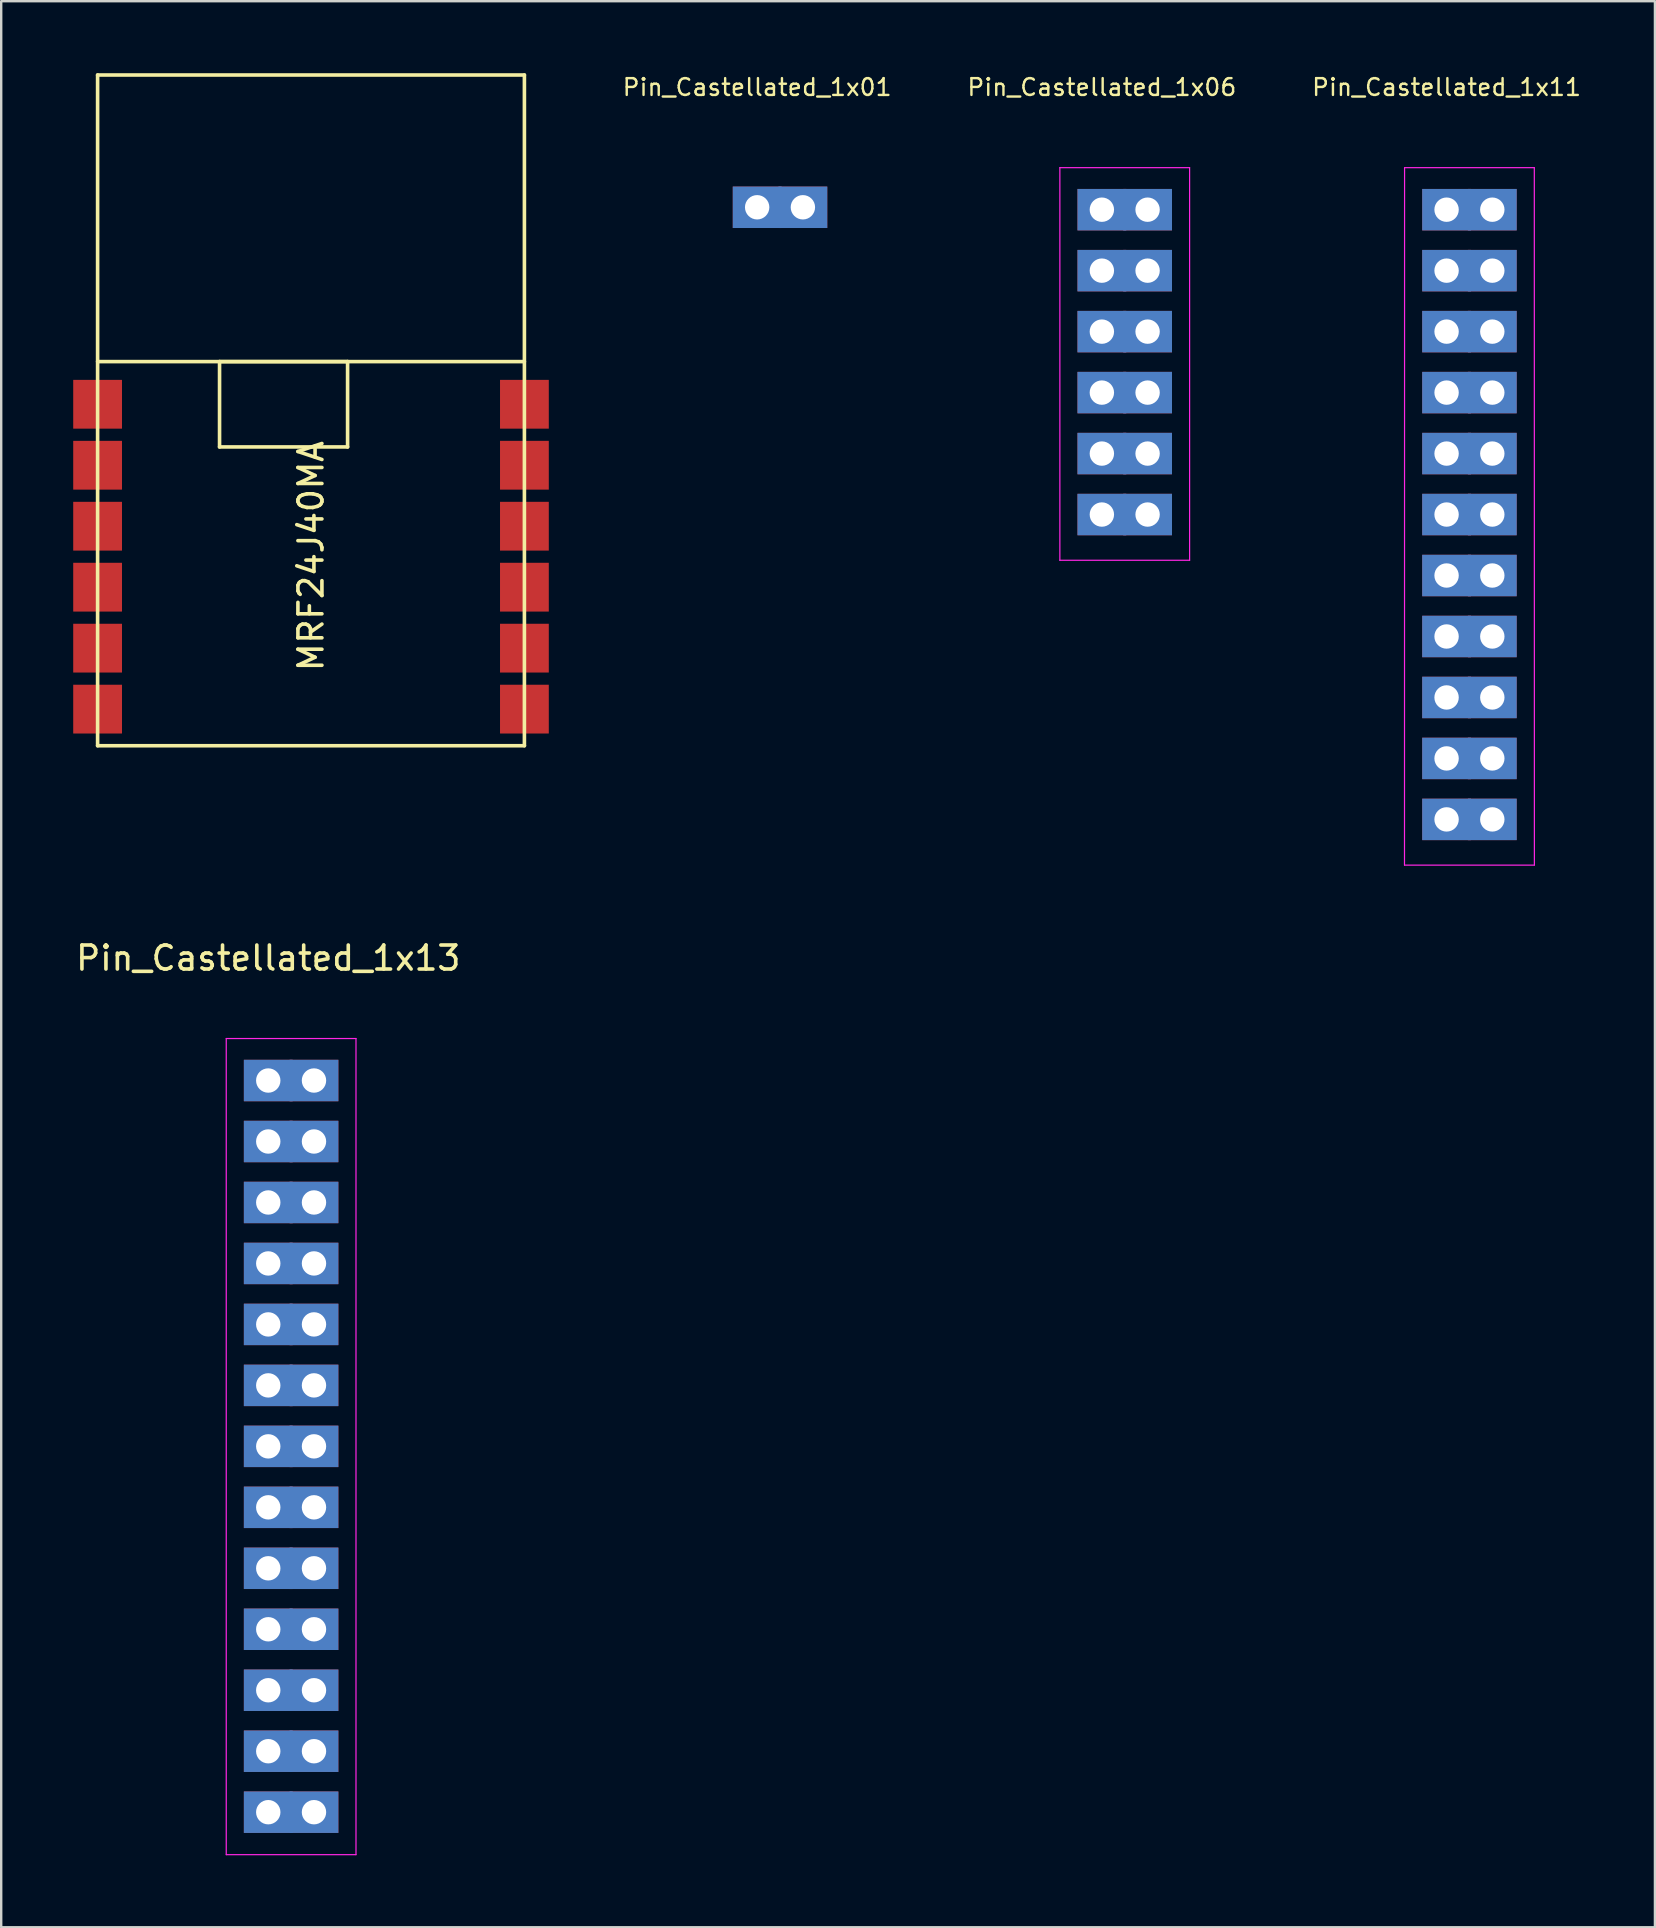
<source format=kicad_pcb>
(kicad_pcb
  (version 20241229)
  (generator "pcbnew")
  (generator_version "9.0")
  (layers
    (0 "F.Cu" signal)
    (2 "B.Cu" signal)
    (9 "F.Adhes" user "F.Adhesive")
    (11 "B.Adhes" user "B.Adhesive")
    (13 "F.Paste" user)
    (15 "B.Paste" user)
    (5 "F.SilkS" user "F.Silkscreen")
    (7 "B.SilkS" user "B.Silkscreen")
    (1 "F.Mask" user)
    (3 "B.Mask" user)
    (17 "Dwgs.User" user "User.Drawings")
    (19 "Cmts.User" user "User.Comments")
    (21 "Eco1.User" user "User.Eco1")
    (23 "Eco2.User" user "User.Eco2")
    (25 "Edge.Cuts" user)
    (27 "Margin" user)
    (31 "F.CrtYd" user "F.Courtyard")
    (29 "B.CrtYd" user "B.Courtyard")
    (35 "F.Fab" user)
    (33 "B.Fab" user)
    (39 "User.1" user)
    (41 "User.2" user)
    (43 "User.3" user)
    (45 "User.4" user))
  (footprint "Pin_Castellated_1x13"
    (layer "F.Cu")
    (at 8.125 41.963)
    (property "Reference" "Pin_Castellated_1x13" (at 0 -5.1 0) (layer "F.SilkS") (effects (font (size 1 1) (thickness 0.15))))
    (attr through_hole)
    (fp_line (start -1.75 -1.75) (end -1.75 32.25) (stroke (width 0.05) (type solid)) (layer "F.CrtYd"))
    (fp_line (start -1.75 -1.75) (end 3.655 -1.75) (stroke (width 0.05) (type solid)) (layer "F.CrtYd"))
    (fp_line (start -1.75 32.25) (end 3.655 32.25) (stroke (width 0.05) (type solid)) (layer "F.CrtYd"))
    (fp_line (start 3.655 -1.75) (end 3.655 32.25) (stroke (width 0.05) (type solid)) (layer "F.CrtYd"))
    (pad "1" thru_hole rect (at 0 0) (size 2.032 1.727) (drill 1.016) (layers "*.Cu" "*.Mask"))
    (pad "1" thru_hole rect (at 1.905 0) (size 2.032 1.727) (drill 1.016) (layers "*.Cu" "*.Mask"))
    (pad "2" thru_hole rect (at 0 2.54) (size 2.032 1.727) (drill 1.016) (layers "*.Cu" "*.Mask"))
    (pad "2" thru_hole rect (at 1.905 2.54) (size 2.032 1.727) (drill 1.016) (layers "*.Cu" "*.Mask"))
    (pad "3" thru_hole rect (at 0 5.08) (size 2.032 1.727) (drill 1.016) (layers "*.Cu" "*.Mask"))
    (pad "3" thru_hole rect (at 1.905 5.08) (size 2.032 1.727) (drill 1.016) (layers "*.Cu" "*.Mask"))
    (pad "4" thru_hole rect (at 0 7.62) (size 2.032 1.727) (drill 1.016) (layers "*.Cu" "*.Mask"))
    (pad "4" thru_hole rect (at 1.905 7.62) (size 2.032 1.727) (drill 1.016) (layers "*.Cu" "*.Mask"))
    (pad "5" thru_hole rect (at 0 10.16) (size 2.032 1.727) (drill 1.016) (layers "*.Cu" "*.Mask"))
    (pad "5" thru_hole rect (at 1.905 10.16) (size 2.032 1.727) (drill 1.016) (layers "*.Cu" "*.Mask"))
    (pad "6" thru_hole rect (at 0 12.7) (size 2.032 1.727) (drill 1.016) (layers "*.Cu" "*.Mask"))
    (pad "6" thru_hole rect (at 1.905 12.7) (size 2.032 1.727) (drill 1.016) (layers "*.Cu" "*.Mask"))
    (pad "7" thru_hole rect (at 0 15.24) (size 2.032 1.727) (drill 1.016) (layers "*.Cu" "*.Mask"))
    (pad "7" thru_hole rect (at 1.905 15.24) (size 2.032 1.727) (drill 1.016) (layers "*.Cu" "*.Mask"))
    (pad "8" thru_hole rect (at 0 17.78) (size 2.032 1.727) (drill 1.016) (layers "*.Cu" "*.Mask"))
    (pad "8" thru_hole rect (at 1.905 17.78) (size 2.032 1.727) (drill 1.016) (layers "*.Cu" "*.Mask"))
    (pad "9" thru_hole rect (at 0 20.32) (size 2.032 1.727) (drill 1.016) (layers "*.Cu" "*.Mask"))
    (pad "9" thru_hole rect (at 1.905 20.32) (size 2.032 1.727) (drill 1.016) (layers "*.Cu" "*.Mask"))
    (pad "10" thru_hole rect (at 0 22.86) (size 2.032 1.727) (drill 1.016) (layers "*.Cu" "*.Mask"))
    (pad "10" thru_hole rect (at 1.905 22.86) (size 2.032 1.727) (drill 1.016) (layers "*.Cu" "*.Mask"))
    (pad "11" thru_hole rect (at 0 25.4) (size 2.032 1.727) (drill 1.016) (layers "*.Cu" "*.Mask"))
    (pad "11" thru_hole rect (at 1.905 25.4) (size 2.032 1.727) (drill 1.016) (layers "*.Cu" "*.Mask"))
    (pad "12" thru_hole rect (at 0 27.94) (size 2.032 1.727) (drill 1.016) (layers "*.Cu" "*.Mask"))
    (pad "12" thru_hole rect (at 1.905 27.94) (size 2.032 1.727) (drill 1.016) (layers "*.Cu" "*.Mask"))
    (pad "13" thru_hole rect (at 0 30.48) (size 2.032 1.727) (drill 1.016) (layers "*.Cu" "*.Mask"))
    (pad "13" thru_hole rect (at 1.905 30.48) (size 2.032 1.727) (drill 1.016) (layers "*.Cu" "*.Mask")))
  (footprint "Pin_Castellated_1x06"
    (layer "F.Cu")
    (at 42.852 5.685)
    (property "Reference" "Pin_Castellated_1x06" (at 0 -5.1 0) (layer "F.SilkS") (effects (font (size 0.7 0.7) (thickness 0.1))))
    (attr through_hole)
    (fp_line (start -1.75 -1.75) (end -1.75 14.605) (stroke (width 0.05) (type solid)) (layer "F.CrtYd"))
    (fp_line (start -1.75 -1.75) (end 3.655 -1.75) (stroke (width 0.05) (type solid)) (layer "F.CrtYd"))
    (fp_line (start -1.75 14.605) (end 3.655 14.605) (stroke (width 0.05) (type solid)) (layer "F.CrtYd"))
    (fp_line (start 3.655 -1.75) (end 3.655 14.605) (stroke (width 0.05) (type solid)) (layer "F.CrtYd"))
    (pad "1" thru_hole rect (at 0 0) (size 2.032 1.727) (drill 1.016) (layers "*.Cu" "*.Mask"))
    (pad "1" thru_hole rect (at 1.905 0) (size 2.032 1.727) (drill 1.016) (layers "*.Cu" "*.Mask"))
    (pad "2" thru_hole rect (at 0 2.54) (size 2.032 1.727) (drill 1.016) (layers "*.Cu" "*.Mask"))
    (pad "2" thru_hole rect (at 1.905 2.54) (size 2.032 1.727) (drill 1.016) (layers "*.Cu" "*.Mask"))
    (pad "3" thru_hole rect (at 0 5.08) (size 2.032 1.727) (drill 1.016) (layers "*.Cu" "*.Mask"))
    (pad "3" thru_hole rect (at 1.905 5.08) (size 2.032 1.727) (drill 1.016) (layers "*.Cu" "*.Mask"))
    (pad "4" thru_hole rect (at 0 7.62) (size 2.032 1.727) (drill 1.016) (layers "*.Cu" "*.Mask"))
    (pad "4" thru_hole rect (at 1.905 7.62) (size 2.032 1.727) (drill 1.016) (layers "*.Cu" "*.Mask"))
    (pad "5" thru_hole rect (at 0 10.16) (size 2.032 1.727) (drill 1.016) (layers "*.Cu" "*.Mask"))
    (pad "5" thru_hole rect (at 1.905 10.16) (size 2.032 1.727) (drill 1.016) (layers "*.Cu" "*.Mask"))
    (pad "6" thru_hole rect (at 0 12.7) (size 2.032 1.727) (drill 1.016) (layers "*.Cu" "*.Mask"))
    (pad "6" thru_hole rect (at 1.905 12.7) (size 2.032 1.727) (drill 1.016) (layers "*.Cu" "*.Mask")))
  (footprint "Pin_Castellated_1x01"
    (layer "F.Cu")
    (at 28.492 5.585)
    (property "Reference" "Pin_Castellated_1x01" (at 0 -5 0) (layer "F.SilkS") (effects (font (size 0.7 0.7) (thickness 0.1))))
    (attr through_hole)
    (pad "1" thru_hole rect (at 0 0) (size 2.032 1.727) (drill 1.016) (layers "*.Cu" "*.Mask"))
    (pad "1" thru_hole rect (at 1.905 0) (size 2.032 1.727) (drill 1.016) (layers "*.Cu" "*.Mask")))
  (footprint "MRF24J40MA"
    (layer "F.Cu")
    (at 9.906 28.015)
    (property "Reference" "MRF24J40MA" (at 0 -7.9 90) (layer "F.SilkS") (effects (font (size 1 1) (thickness 0.15))))
    (attr through_hole)
    (fp_line (start -8.89 -27.94) (end 8.89 -27.94) (stroke (width 0.15) (type solid)) (layer "F.SilkS"))
    (fp_line (start -8.89 -16.002) (end 8.89 -16.002) (stroke (width 0.15) (type solid)) (layer "F.SilkS"))
    (fp_line (start -8.89 0) (end -8.89 -27.94) (stroke (width 0.15) (type solid)) (layer "F.SilkS"))
    (fp_line (start -3.81 -16.002) (end -3.81 -12.446) (stroke (width 0.15) (type solid)) (layer "F.SilkS"))
    (fp_line (start -3.81 -16.002) (end 1.524 -16.002) (stroke (width 0.15) (type solid)) (layer "F.SilkS"))
    (fp_line (start -3.81 -12.446) (end 1.524 -12.446) (stroke (width 0.15) (type solid)) (layer "F.SilkS"))
    (fp_line (start 1.524 -16.002) (end 1.524 -12.446) (stroke (width 0.15) (type solid)) (layer "F.SilkS"))
    (fp_line (start 8.89 -27.94) (end 8.89 0) (stroke (width 0.15) (type solid)) (layer "F.SilkS"))
    (fp_line (start 8.89 0) (end -8.89 0) (stroke (width 0.15) (type solid)) (layer "F.SilkS"))
    (pad "1" smd rect (at -8.89 -14.224) (size 2.032 2.032) (layers "F.Cu" "F.Mask" "F.Paste"))
    (pad "2" smd rect (at -8.89 -11.684) (size 2.032 2.032) (layers "F.Cu" "F.Mask" "F.Paste"))
    (pad "3" smd rect (at -8.89 -9.144) (size 2.032 2.032) (layers "F.Cu" "F.Mask" "F.Paste"))
    (pad "4" smd rect (at -8.89 -6.604) (size 2.032 2.032) (layers "F.Cu" "F.Mask" "F.Paste"))
    (pad "5" smd rect (at -8.89 -4.064) (size 2.032 2.032) (layers "F.Cu" "F.Mask" "F.Paste"))
    (pad "6" smd rect (at -8.89 -1.524) (size 2.032 2.032) (layers "F.Cu" "F.Mask" "F.Paste"))
    (pad "7" smd rect (at 8.89 -1.524) (size 2.032 2.032) (layers "F.Cu" "F.Mask" "F.Paste"))
    (pad "8" smd rect (at 8.89 -4.064) (size 2.032 2.032) (layers "F.Cu" "F.Mask" "F.Paste"))
    (pad "9" smd rect (at 8.89 -6.604) (size 2.032 2.032) (layers "F.Cu" "F.Mask" "F.Paste"))
    (pad "10" smd rect (at 8.89 -9.144) (size 2.032 2.032) (layers "F.Cu" "F.Mask" "F.Paste"))
    (pad "11" smd rect (at 8.89 -11.684) (size 2.032 2.032) (layers "F.Cu" "F.Mask" "F.Paste"))
    (pad "12" smd rect (at 8.89 -14.224) (size 2.032 2.032) (layers "F.Cu" "F.Mask" "F.Paste")))
  (footprint "Pin_Castellated_1x11"
    (layer "F.Cu")
    (at 57.212 5.685)
    (property "Reference" "Pin_Castellated_1x11" (at 0 -5.1 0) (layer "F.SilkS") (effects (font (size 0.7 0.7) (thickness 0.1))))
    (attr through_hole)
    (fp_line (start -1.75 -1.75) (end -1.753 27.305) (stroke (width 0.05) (type solid)) (layer "F.CrtYd"))
    (fp_line (start -1.75 -1.75) (end 3.655 -1.75) (stroke (width 0.05) (type solid)) (layer "F.CrtYd"))
    (fp_line (start -1.75 27.305) (end 3.655 27.305) (stroke (width 0.05) (type solid)) (layer "F.CrtYd"))
    (fp_line (start 3.655 -1.75) (end 3.658 27.305) (stroke (width 0.05) (type solid)) (layer "F.CrtYd"))
    (pad "1" thru_hole rect (at 0 0) (size 2.032 1.727) (drill 1.016) (layers "*.Cu" "*.Mask"))
    (pad "1" thru_hole rect (at 1.905 0) (size 2.032 1.727) (drill 1.016) (layers "*.Cu" "*.Mask"))
    (pad "2" thru_hole rect (at 0 2.54) (size 2.032 1.727) (drill 1.016) (layers "*.Cu" "*.Mask"))
    (pad "2" thru_hole rect (at 1.905 2.54) (size 2.032 1.727) (drill 1.016) (layers "*.Cu" "*.Mask"))
    (pad "3" thru_hole rect (at 0 5.08) (size 2.032 1.727) (drill 1.016) (layers "*.Cu" "*.Mask"))
    (pad "3" thru_hole rect (at 1.905 5.08) (size 2.032 1.727) (drill 1.016) (layers "*.Cu" "*.Mask"))
    (pad "4" thru_hole rect (at 0 7.62) (size 2.032 1.727) (drill 1.016) (layers "*.Cu" "*.Mask"))
    (pad "4" thru_hole rect (at 1.905 7.62) (size 2.032 1.727) (drill 1.016) (layers "*.Cu" "*.Mask"))
    (pad "5" thru_hole rect (at 0 10.16) (size 2.032 1.727) (drill 1.016) (layers "*.Cu" "*.Mask"))
    (pad "5" thru_hole rect (at 1.905 10.16) (size 2.032 1.727) (drill 1.016) (layers "*.Cu" "*.Mask"))
    (pad "6" thru_hole rect (at 0 12.7) (size 2.032 1.727) (drill 1.016) (layers "*.Cu" "*.Mask"))
    (pad "6" thru_hole rect (at 1.905 12.7) (size 2.032 1.727) (drill 1.016) (layers "*.Cu" "*.Mask"))
    (pad "7" thru_hole rect (at 0 15.24) (size 2.032 1.727) (drill 1.016) (layers "*.Cu" "*.Mask"))
    (pad "7" thru_hole rect (at 1.905 15.24) (size 2.032 1.727) (drill 1.016) (layers "*.Cu" "*.Mask"))
    (pad "8" thru_hole rect (at 0 17.78) (size 2.032 1.727) (drill 1.016) (layers "*.Cu" "*.Mask"))
    (pad "8" thru_hole rect (at 1.905 17.78) (size 2.032 1.727) (drill 1.016) (layers "*.Cu" "*.Mask"))
    (pad "9" thru_hole rect (at 0 20.32) (size 2.032 1.727) (drill 1.016) (layers "*.Cu" "*.Mask"))
    (pad "9" thru_hole rect (at 1.905 20.32) (size 2.032 1.727) (drill 1.016) (layers "*.Cu" "*.Mask"))
    (pad "10" thru_hole rect (at 0 22.86) (size 2.032 1.727) (drill 1.016) (layers "*.Cu" "*.Mask"))
    (pad "10" thru_hole rect (at 1.905 22.86) (size 2.032 1.727) (drill 1.016) (layers "*.Cu" "*.Mask"))
    (pad "11" thru_hole rect (at 0 25.4) (size 2.032 1.727) (drill 1.016) (layers "*.Cu" "*.Mask"))
    (pad "11" thru_hole rect (at 1.905 25.4) (size 2.032 1.727) (drill 1.016) (layers "*.Cu" "*.Mask")))
  (gr_rect
    (start -3 -3)
    (end 65.892 77.238)
    (stroke (width 0.1) (type default))
    (fill no)
    (layer "Edge.Cuts")))
</source>
